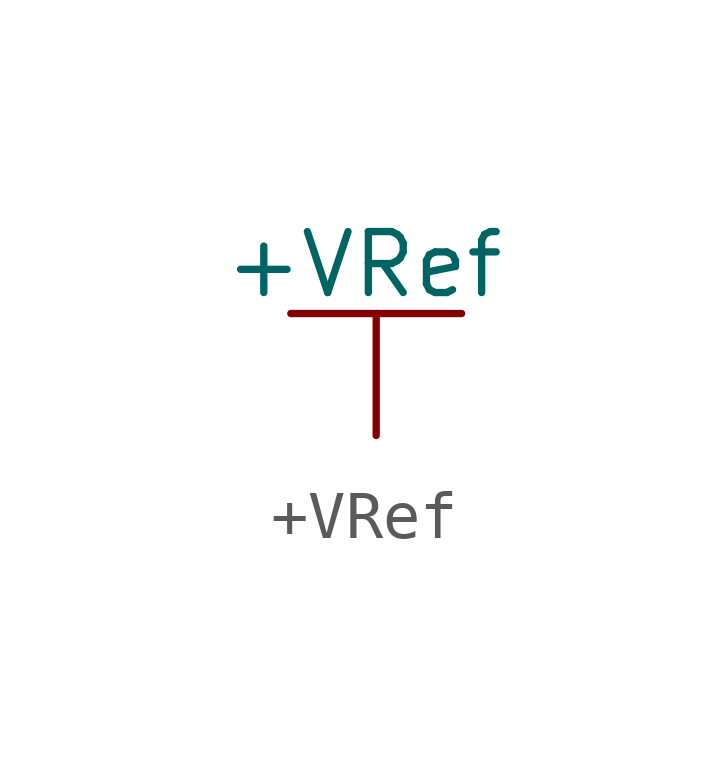
<source format=kicad_sym>
(kicad_symbol_lib
  (version 20220914)
  (generator kicad_symbol_editor)
  (symbol "+VRef"
    (power)
    (pin_numbers hide)
    (pin_names
      (offset 0) hide)
    (property "Reference" "#PWR"
      (at 0 -3.81 0)
      (effects (font (size 1.27 1.27)) hide))
    (property "Value" "+VRef"
      (at -0.254 3.556 0)
      (effects (font (size 1.27 1.27))))
    (property "Footprint" ""
      (at 0 0 0)
      (effects (font (size 1.524 1.524))))
    (property "Datasheet" ""
      (at 0 0 0)
      (effects (font (size 1.524 1.524))))
    (symbol "+VRef_0_1"
      (polyline (pts (xy -1.778 2.54) (xy 0 2.54)) (stroke (width 0) (type default)) (fill (type none)))
      (polyline (pts (xy 0 0) (xy 0 2.54)) (stroke (width 0) (type default)) (fill (type none)))
      (polyline (pts (xy 0 2.54) (xy 1.778 2.54)) (stroke (width 0) (type default)) (fill (type none))))
    (symbol "+VRef_1_1"
      (pin power_in line (at 0 0 90) (length 0) hide (name "+VRef" (effects (font (size 1.27 1.27)))) (number "1" (effects (font (size 1.27 1.27))))))))
</source>
